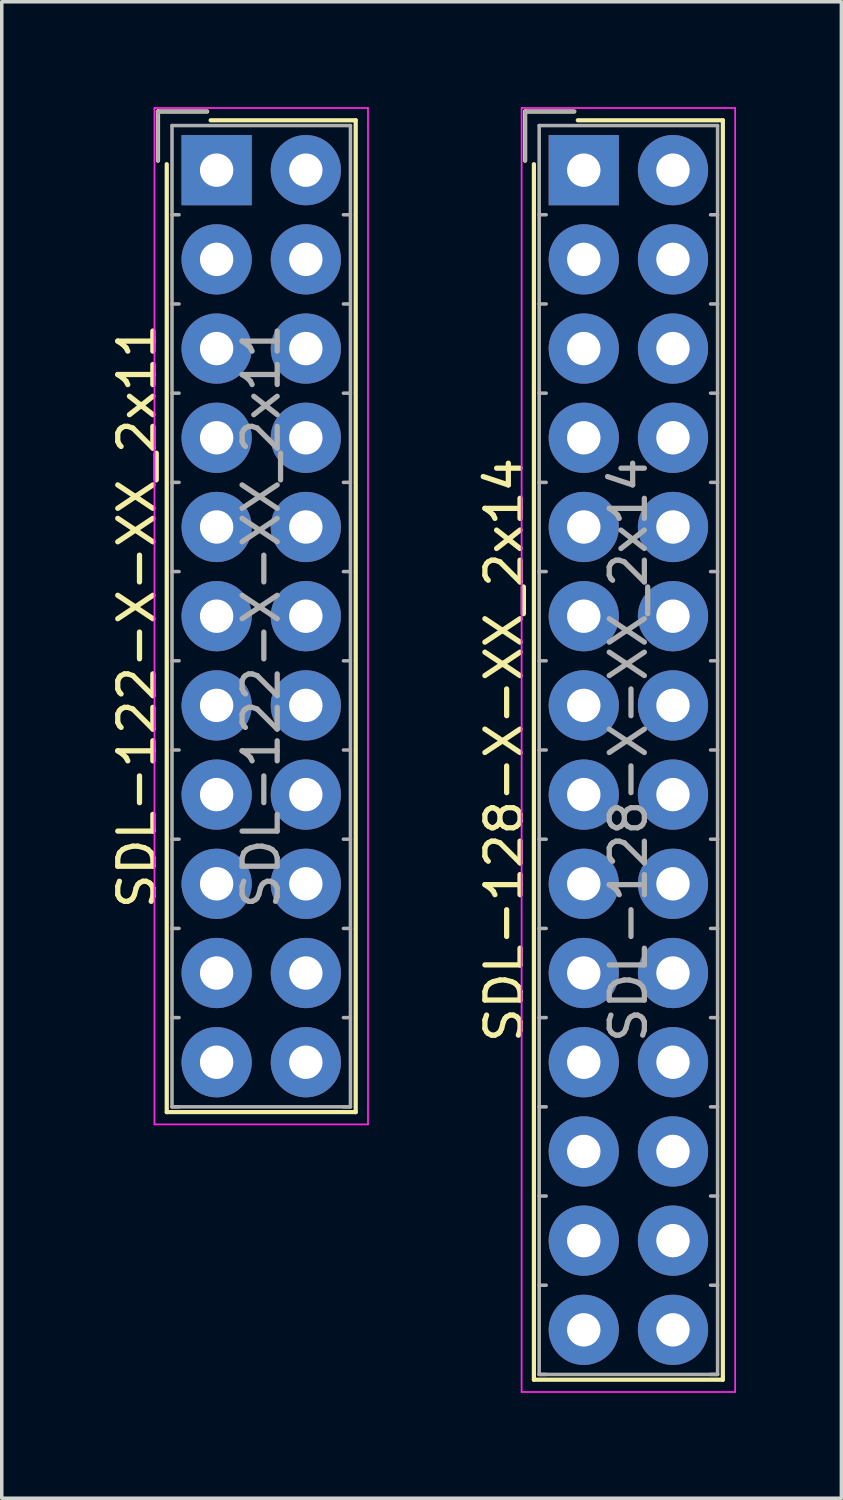
<source format=kicad_pcb>
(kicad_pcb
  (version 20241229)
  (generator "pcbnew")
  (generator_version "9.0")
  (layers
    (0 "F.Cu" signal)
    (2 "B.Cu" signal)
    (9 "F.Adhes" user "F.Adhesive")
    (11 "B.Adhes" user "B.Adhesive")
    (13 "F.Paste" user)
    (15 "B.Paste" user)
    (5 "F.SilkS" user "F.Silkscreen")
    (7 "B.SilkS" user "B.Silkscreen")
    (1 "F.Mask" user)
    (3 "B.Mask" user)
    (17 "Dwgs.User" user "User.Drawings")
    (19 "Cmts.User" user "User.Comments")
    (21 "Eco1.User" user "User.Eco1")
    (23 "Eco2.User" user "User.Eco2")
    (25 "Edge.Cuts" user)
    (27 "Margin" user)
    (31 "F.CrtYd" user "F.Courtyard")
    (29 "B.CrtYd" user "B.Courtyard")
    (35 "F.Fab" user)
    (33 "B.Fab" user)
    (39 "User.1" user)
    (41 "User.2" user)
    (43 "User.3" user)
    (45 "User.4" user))
  (footprint "SDL-122-X-XX_2x11"
    (layer "F.Cu")
    (at 3.118 1.795)
    (property "Reference" "SDL-122-X-XX_2x11" (at -2.27 12.7 90) (layer "F.SilkS") (effects (font (size 1 1) (thickness 0.15))))
    (attr through_hole)
    (fp_line (start -1.67 -1.67) (end -1.67 -0.27) (stroke (width 0.12) (type solid)) (layer "F.SilkS"))
    (fp_line (start -1.42 26.82) (end -1.42 -0.17) (stroke (width 0.12) (type solid)) (layer "F.SilkS"))
    (fp_line (start -0.27 -1.67) (end -1.67 -1.67) (stroke (width 0.12) (type solid)) (layer "F.SilkS"))
    (fp_line (start -0.17 -1.42) (end 3.96 -1.42) (stroke (width 0.12) (type solid)) (layer "F.SilkS"))
    (fp_line (start 3.96 -1.42) (end 3.96 26.82) (stroke (width 0.12) (type solid)) (layer "F.SilkS"))
    (fp_line (start 3.96 26.82) (end -1.42 26.82) (stroke (width 0.12) (type solid)) (layer "F.SilkS"))
    (fp_line (start -1.77 -1.77) (end -1.77 27.17) (stroke (width 0.05) (type solid)) (layer "F.CrtYd"))
    (fp_line (start -1.77 27.17) (end 4.31 27.17) (stroke (width 0.05) (type solid)) (layer "F.CrtYd"))
    (fp_line (start 4.31 -1.77) (end -1.77 -1.77) (stroke (width 0.05) (type solid)) (layer "F.CrtYd"))
    (fp_line (start 4.31 27.17) (end 4.31 -1.77) (stroke (width 0.05) (type solid)) (layer "F.CrtYd"))
    (fp_line (start -1.67 -1.67) (end -1.67 -0.27) (stroke (width 0.1) (type solid)) (layer "F.Fab"))
    (fp_line (start -1.27 -1.27) (end -1.27 26.67) (stroke (width 0.1) (type solid)) (layer "F.Fab"))
    (fp_line (start -1.27 1.27) (end -1.07 1.27) (stroke (width 0.1) (type solid)) (layer "F.Fab"))
    (fp_line (start -1.27 3.81) (end -1.07 3.81) (stroke (width 0.1) (type solid)) (layer "F.Fab"))
    (fp_line (start -1.27 6.35) (end -1.07 6.35) (stroke (width 0.1) (type solid)) (layer "F.Fab"))
    (fp_line (start -1.27 8.89) (end -1.07 8.89) (stroke (width 0.1) (type solid)) (layer "F.Fab"))
    (fp_line (start -1.27 11.43) (end -1.07 11.43) (stroke (width 0.1) (type solid)) (layer "F.Fab"))
    (fp_line (start -1.27 13.97) (end -1.07 13.97) (stroke (width 0.1) (type solid)) (layer "F.Fab"))
    (fp_line (start -1.27 16.51) (end -1.07 16.51) (stroke (width 0.1) (type solid)) (layer "F.Fab"))
    (fp_line (start -1.27 19.05) (end -1.07 19.05) (stroke (width 0.1) (type solid)) (layer "F.Fab"))
    (fp_line (start -1.27 21.59) (end -1.07 21.59) (stroke (width 0.1) (type solid)) (layer "F.Fab"))
    (fp_line (start -1.27 24.13) (end -1.07 24.13) (stroke (width 0.1) (type solid)) (layer "F.Fab"))
    (fp_line (start -1.27 26.67) (end -1.07 26.67) (stroke (width 0.1) (type solid)) (layer "F.Fab"))
    (fp_line (start -1.27 26.67) (end 3.81 26.67) (stroke (width 0.1) (type solid)) (layer "F.Fab"))
    (fp_line (start -0.27 -1.67) (end -1.67 -1.67) (stroke (width 0.1) (type solid)) (layer "F.Fab"))
    (fp_line (start 3.81 -1.27) (end -1.27 -1.27) (stroke (width 0.1) (type solid)) (layer "F.Fab"))
    (fp_line (start 3.81 1.27) (end 3.61 1.27) (stroke (width 0.1) (type solid)) (layer "F.Fab"))
    (fp_line (start 3.81 3.81) (end 3.61 3.81) (stroke (width 0.1) (type solid)) (layer "F.Fab"))
    (fp_line (start 3.81 6.35) (end 3.61 6.35) (stroke (width 0.1) (type solid)) (layer "F.Fab"))
    (fp_line (start 3.81 8.89) (end 3.61 8.89) (stroke (width 0.1) (type solid)) (layer "F.Fab"))
    (fp_line (start 3.81 11.43) (end 3.61 11.43) (stroke (width 0.1) (type solid)) (layer "F.Fab"))
    (fp_line (start 3.81 13.97) (end 3.61 13.97) (stroke (width 0.1) (type solid)) (layer "F.Fab"))
    (fp_line (start 3.81 16.51) (end 3.61 16.51) (stroke (width 0.1) (type solid)) (layer "F.Fab"))
    (fp_line (start 3.81 19.05) (end 3.61 19.05) (stroke (width 0.1) (type solid)) (layer "F.Fab"))
    (fp_line (start 3.81 21.59) (end 3.61 21.59) (stroke (width 0.1) (type solid)) (layer "F.Fab"))
    (fp_line (start 3.81 24.13) (end 3.61 24.13) (stroke (width 0.1) (type solid)) (layer "F.Fab"))
    (fp_line (start 3.81 26.67) (end 3.61 26.67) (stroke (width 0.1) (type solid)) (layer "F.Fab"))
    (fp_line (start 3.81 26.67) (end 3.81 -1.27) (stroke (width 0.1) (type solid)) (layer "F.Fab"))
    (fp_text user "${REFERENCE}" (at 1.27 12.7 90) (layer "F.Fab") (effects (font (size 1 1) (thickness 0.15))))
    (pad "1" thru_hole rect (at 0 0) (size 2 2) (drill 0.95) (layers "*.Cu" "*.Mask"))
    (pad "2" thru_hole circle (at 2.54 0) (size 2 2) (drill 0.95) (layers "*.Cu" "*.Mask"))
    (pad "3" thru_hole circle (at 0 2.54) (size 2 2) (drill 0.95) (layers "*.Cu" "*.Mask"))
    (pad "4" thru_hole circle (at 2.54 2.54) (size 2 2) (drill 0.95) (layers "*.Cu" "*.Mask"))
    (pad "5" thru_hole circle (at 0 5.08) (size 2 2) (drill 0.95) (layers "*.Cu" "*.Mask"))
    (pad "6" thru_hole circle (at 2.54 5.08) (size 2 2) (drill 0.95) (layers "*.Cu" "*.Mask"))
    (pad "7" thru_hole circle (at 0 7.62) (size 2 2) (drill 0.95) (layers "*.Cu" "*.Mask"))
    (pad "8" thru_hole circle (at 2.54 7.62) (size 2 2) (drill 0.95) (layers "*.Cu" "*.Mask"))
    (pad "9" thru_hole circle (at 0 10.16) (size 2 2) (drill 0.95) (layers "*.Cu" "*.Mask"))
    (pad "10" thru_hole circle (at 2.54 10.16) (size 2 2) (drill 0.95) (layers "*.Cu" "*.Mask"))
    (pad "11" thru_hole circle (at 0 12.7) (size 2 2) (drill 0.95) (layers "*.Cu" "*.Mask"))
    (pad "12" thru_hole circle (at 2.54 12.7) (size 2 2) (drill 0.95) (layers "*.Cu" "*.Mask"))
    (pad "13" thru_hole circle (at 0 15.24) (size 2 2) (drill 0.95) (layers "*.Cu" "*.Mask"))
    (pad "14" thru_hole circle (at 2.54 15.24) (size 2 2) (drill 0.95) (layers "*.Cu" "*.Mask"))
    (pad "15" thru_hole circle (at 0 17.78) (size 2 2) (drill 0.95) (layers "*.Cu" "*.Mask"))
    (pad "16" thru_hole circle (at 2.54 17.78) (size 2 2) (drill 0.95) (layers "*.Cu" "*.Mask"))
    (pad "17" thru_hole circle (at 0 20.32) (size 2 2) (drill 0.95) (layers "*.Cu" "*.Mask"))
    (pad "18" thru_hole circle (at 2.54 20.32) (size 2 2) (drill 0.95) (layers "*.Cu" "*.Mask"))
    (pad "19" thru_hole circle (at 0 22.86) (size 2 2) (drill 0.95) (layers "*.Cu" "*.Mask"))
    (pad "20" thru_hole circle (at 2.54 22.86) (size 2 2) (drill 0.95) (layers "*.Cu" "*.Mask"))
    (pad "21" thru_hole circle (at 0 25.4) (size 2 2) (drill 0.95) (layers "*.Cu" "*.Mask"))
    (pad "22" thru_hole circle (at 2.54 25.4) (size 2 2) (drill 0.95) (layers "*.Cu" "*.Mask")))
  (footprint "SDL-128-X-XX_2x14"
    (layer "F.Cu")
    (at 13.572 1.795)
    (property "Reference" "SDL-128-X-XX_2x14" (at -2.27 16.51 90) (layer "F.SilkS") (effects (font (size 1 1) (thickness 0.15))))
    (attr through_hole)
    (fp_line (start -1.67 -1.67) (end -1.67 -0.27) (stroke (width 0.12) (type solid)) (layer "F.SilkS"))
    (fp_line (start -1.42 34.44) (end -1.42 -0.17) (stroke (width 0.12) (type solid)) (layer "F.SilkS"))
    (fp_line (start -0.27 -1.67) (end -1.67 -1.67) (stroke (width 0.12) (type solid)) (layer "F.SilkS"))
    (fp_line (start -0.17 -1.42) (end 3.96 -1.42) (stroke (width 0.12) (type solid)) (layer "F.SilkS"))
    (fp_line (start 3.96 -1.42) (end 3.96 34.44) (stroke (width 0.12) (type solid)) (layer "F.SilkS"))
    (fp_line (start 3.96 34.44) (end -1.42 34.44) (stroke (width 0.12) (type solid)) (layer "F.SilkS"))
    (fp_line (start -1.77 -1.77) (end -1.77 34.79) (stroke (width 0.05) (type solid)) (layer "F.CrtYd"))
    (fp_line (start -1.77 34.79) (end 4.31 34.79) (stroke (width 0.05) (type solid)) (layer "F.CrtYd"))
    (fp_line (start 4.31 -1.77) (end -1.77 -1.77) (stroke (width 0.05) (type solid)) (layer "F.CrtYd"))
    (fp_line (start 4.31 34.79) (end 4.31 -1.77) (stroke (width 0.05) (type solid)) (layer "F.CrtYd"))
    (fp_line (start -1.67 -1.67) (end -1.67 -0.27) (stroke (width 0.1) (type solid)) (layer "F.Fab"))
    (fp_line (start -1.27 -1.27) (end -1.27 34.29) (stroke (width 0.1) (type solid)) (layer "F.Fab"))
    (fp_line (start -1.27 1.27) (end -1.07 1.27) (stroke (width 0.1) (type solid)) (layer "F.Fab"))
    (fp_line (start -1.27 3.81) (end -1.07 3.81) (stroke (width 0.1) (type solid)) (layer "F.Fab"))
    (fp_line (start -1.27 6.35) (end -1.07 6.35) (stroke (width 0.1) (type solid)) (layer "F.Fab"))
    (fp_line (start -1.27 8.89) (end -1.07 8.89) (stroke (width 0.1) (type solid)) (layer "F.Fab"))
    (fp_line (start -1.27 11.43) (end -1.07 11.43) (stroke (width 0.1) (type solid)) (layer "F.Fab"))
    (fp_line (start -1.27 13.97) (end -1.07 13.97) (stroke (width 0.1) (type solid)) (layer "F.Fab"))
    (fp_line (start -1.27 16.51) (end -1.07 16.51) (stroke (width 0.1) (type solid)) (layer "F.Fab"))
    (fp_line (start -1.27 19.05) (end -1.07 19.05) (stroke (width 0.1) (type solid)) (layer "F.Fab"))
    (fp_line (start -1.27 21.59) (end -1.07 21.59) (stroke (width 0.1) (type solid)) (layer "F.Fab"))
    (fp_line (start -1.27 24.13) (end -1.07 24.13) (stroke (width 0.1) (type solid)) (layer "F.Fab"))
    (fp_line (start -1.27 26.67) (end -1.07 26.67) (stroke (width 0.1) (type solid)) (layer "F.Fab"))
    (fp_line (start -1.27 29.21) (end -1.07 29.21) (stroke (width 0.1) (type solid)) (layer "F.Fab"))
    (fp_line (start -1.27 31.75) (end -1.07 31.75) (stroke (width 0.1) (type solid)) (layer "F.Fab"))
    (fp_line (start -1.27 34.29) (end -1.07 34.29) (stroke (width 0.1) (type solid)) (layer "F.Fab"))
    (fp_line (start -1.27 34.29) (end 3.81 34.29) (stroke (width 0.1) (type solid)) (layer "F.Fab"))
    (fp_line (start -0.27 -1.67) (end -1.67 -1.67) (stroke (width 0.1) (type solid)) (layer "F.Fab"))
    (fp_line (start 3.81 -1.27) (end -1.27 -1.27) (stroke (width 0.1) (type solid)) (layer "F.Fab"))
    (fp_line (start 3.81 1.27) (end 3.61 1.27) (stroke (width 0.1) (type solid)) (layer "F.Fab"))
    (fp_line (start 3.81 3.81) (end 3.61 3.81) (stroke (width 0.1) (type solid)) (layer "F.Fab"))
    (fp_line (start 3.81 6.35) (end 3.61 6.35) (stroke (width 0.1) (type solid)) (layer "F.Fab"))
    (fp_line (start 3.81 8.89) (end 3.61 8.89) (stroke (width 0.1) (type solid)) (layer "F.Fab"))
    (fp_line (start 3.81 11.43) (end 3.61 11.43) (stroke (width 0.1) (type solid)) (layer "F.Fab"))
    (fp_line (start 3.81 13.97) (end 3.61 13.97) (stroke (width 0.1) (type solid)) (layer "F.Fab"))
    (fp_line (start 3.81 16.51) (end 3.61 16.51) (stroke (width 0.1) (type solid)) (layer "F.Fab"))
    (fp_line (start 3.81 19.05) (end 3.61 19.05) (stroke (width 0.1) (type solid)) (layer "F.Fab"))
    (fp_line (start 3.81 21.59) (end 3.61 21.59) (stroke (width 0.1) (type solid)) (layer "F.Fab"))
    (fp_line (start 3.81 24.13) (end 3.61 24.13) (stroke (width 0.1) (type solid)) (layer "F.Fab"))
    (fp_line (start 3.81 26.67) (end 3.61 26.67) (stroke (width 0.1) (type solid)) (layer "F.Fab"))
    (fp_line (start 3.81 29.21) (end 3.61 29.21) (stroke (width 0.1) (type solid)) (layer "F.Fab"))
    (fp_line (start 3.81 31.75) (end 3.61 31.75) (stroke (width 0.1) (type solid)) (layer "F.Fab"))
    (fp_line (start 3.81 34.29) (end 3.61 34.29) (stroke (width 0.1) (type solid)) (layer "F.Fab"))
    (fp_line (start 3.81 34.29) (end 3.81 -1.27) (stroke (width 0.1) (type solid)) (layer "F.Fab"))
    (fp_text user "${REFERENCE}" (at 1.27 16.51 90) (layer "F.Fab") (effects (font (size 1 1) (thickness 0.15))))
    (pad "1" thru_hole rect (at 0 0) (size 2 2) (drill 0.95) (layers "*.Cu" "*.Mask"))
    (pad "2" thru_hole circle (at 2.54 0) (size 2 2) (drill 0.95) (layers "*.Cu" "*.Mask"))
    (pad "3" thru_hole circle (at 0 2.54) (size 2 2) (drill 0.95) (layers "*.Cu" "*.Mask"))
    (pad "4" thru_hole circle (at 2.54 2.54) (size 2 2) (drill 0.95) (layers "*.Cu" "*.Mask"))
    (pad "5" thru_hole circle (at 0 5.08) (size 2 2) (drill 0.95) (layers "*.Cu" "*.Mask"))
    (pad "6" thru_hole circle (at 2.54 5.08) (size 2 2) (drill 0.95) (layers "*.Cu" "*.Mask"))
    (pad "7" thru_hole circle (at 0 7.62) (size 2 2) (drill 0.95) (layers "*.Cu" "*.Mask"))
    (pad "8" thru_hole circle (at 2.54 7.62) (size 2 2) (drill 0.95) (layers "*.Cu" "*.Mask"))
    (pad "9" thru_hole circle (at 0 10.16) (size 2 2) (drill 0.95) (layers "*.Cu" "*.Mask"))
    (pad "10" thru_hole circle (at 2.54 10.16) (size 2 2) (drill 0.95) (layers "*.Cu" "*.Mask"))
    (pad "11" thru_hole circle (at 0 12.7) (size 2 2) (drill 0.95) (layers "*.Cu" "*.Mask"))
    (pad "12" thru_hole circle (at 2.54 12.7) (size 2 2) (drill 0.95) (layers "*.Cu" "*.Mask"))
    (pad "13" thru_hole circle (at 0 15.24) (size 2 2) (drill 0.95) (layers "*.Cu" "*.Mask"))
    (pad "14" thru_hole circle (at 2.54 15.24) (size 2 2) (drill 0.95) (layers "*.Cu" "*.Mask"))
    (pad "15" thru_hole circle (at 0 17.78) (size 2 2) (drill 0.95) (layers "*.Cu" "*.Mask"))
    (pad "16" thru_hole circle (at 2.54 17.78) (size 2 2) (drill 0.95) (layers "*.Cu" "*.Mask"))
    (pad "17" thru_hole circle (at 0 20.32) (size 2 2) (drill 0.95) (layers "*.Cu" "*.Mask"))
    (pad "18" thru_hole circle (at 2.54 20.32) (size 2 2) (drill 0.95) (layers "*.Cu" "*.Mask"))
    (pad "19" thru_hole circle (at 0 22.86) (size 2 2) (drill 0.95) (layers "*.Cu" "*.Mask"))
    (pad "20" thru_hole circle (at 2.54 22.86) (size 2 2) (drill 0.95) (layers "*.Cu" "*.Mask"))
    (pad "21" thru_hole circle (at 0 25.4) (size 2 2) (drill 0.95) (layers "*.Cu" "*.Mask"))
    (pad "22" thru_hole circle (at 2.54 25.4) (size 2 2) (drill 0.95) (layers "*.Cu" "*.Mask"))
    (pad "23" thru_hole circle (at 0 27.94) (size 2 2) (drill 0.95) (layers "*.Cu" "*.Mask"))
    (pad "24" thru_hole circle (at 2.54 27.94) (size 2 2) (drill 0.95) (layers "*.Cu" "*.Mask"))
    (pad "25" thru_hole circle (at 0 30.48) (size 2 2) (drill 0.95) (layers "*.Cu" "*.Mask"))
    (pad "26" thru_hole circle (at 2.54 30.48) (size 2 2) (drill 0.95) (layers "*.Cu" "*.Mask"))
    (pad "27" thru_hole circle (at 0 33.02) (size 2 2) (drill 0.95) (layers "*.Cu" "*.Mask"))
    (pad "28" thru_hole circle (at 2.54 33.02) (size 2 2) (drill 0.95) (layers "*.Cu" "*.Mask")))
  (gr_rect
    (start -3 -3)
    (end 20.907 39.61)
    (stroke (width 0.1) (type default))
    (fill no)
    (layer "Edge.Cuts")))
</source>
